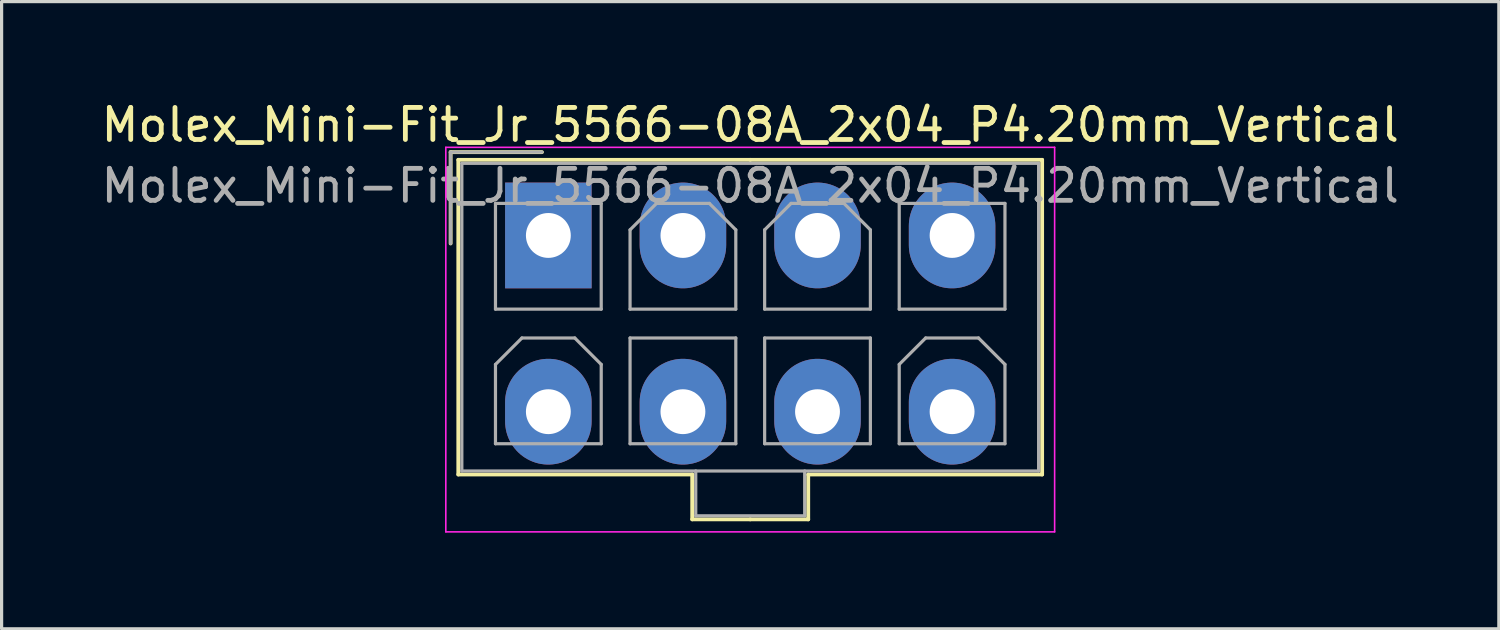
<source format=kicad_pcb>
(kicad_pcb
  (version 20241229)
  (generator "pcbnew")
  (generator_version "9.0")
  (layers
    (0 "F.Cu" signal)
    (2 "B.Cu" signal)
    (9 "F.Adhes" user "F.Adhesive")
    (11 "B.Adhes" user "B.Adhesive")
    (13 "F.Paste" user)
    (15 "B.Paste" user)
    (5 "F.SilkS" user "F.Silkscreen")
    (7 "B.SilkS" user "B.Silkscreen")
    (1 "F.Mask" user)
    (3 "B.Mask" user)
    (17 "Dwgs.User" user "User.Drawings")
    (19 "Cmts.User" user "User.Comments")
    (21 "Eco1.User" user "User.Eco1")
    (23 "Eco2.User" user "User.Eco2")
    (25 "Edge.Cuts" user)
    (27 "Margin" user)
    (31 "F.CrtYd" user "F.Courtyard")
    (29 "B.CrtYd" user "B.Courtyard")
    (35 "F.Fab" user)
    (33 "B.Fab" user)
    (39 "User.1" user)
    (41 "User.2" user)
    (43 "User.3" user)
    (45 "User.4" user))
  (footprint "Molex_Mini-Fit_Jr_5566-08A_2x04_P4.20mm_Vertical"
    (layer "F.Cu")
    (at 14.063 4.298)
    (property "Reference" "Molex_Mini-Fit_Jr_5566-08A_2x04_P4.20mm_Vertical" (at 6.3 -3.45 0) (layer "F.SilkS") (effects (font (size 1 1) (thickness 0.15))))
    (attr through_hole)
    (fp_line (start -3.05 -2.6) (end -3.05 0.25) (stroke (width 0.12) (type solid)) (layer "F.SilkS"))
    (fp_line (start -2.81 -2.36) (end -2.81 7.46) (stroke (width 0.12) (type solid)) (layer "F.SilkS"))
    (fp_line (start -2.81 7.46) (end 4.49 7.46) (stroke (width 0.12) (type solid)) (layer "F.SilkS"))
    (fp_line (start -0.2 -2.6) (end -3.05 -2.6) (stroke (width 0.12) (type solid)) (layer "F.SilkS"))
    (fp_line (start 4.49 7.46) (end 4.49 8.86) (stroke (width 0.12) (type solid)) (layer "F.SilkS"))
    (fp_line (start 4.49 8.86) (end 6.3 8.86) (stroke (width 0.12) (type solid)) (layer "F.SilkS"))
    (fp_line (start 6.3 -2.36) (end -2.81 -2.36) (stroke (width 0.12) (type solid)) (layer "F.SilkS"))
    (fp_line (start 6.3 -2.36) (end 15.41 -2.36) (stroke (width 0.12) (type solid)) (layer "F.SilkS"))
    (fp_line (start 8.11 7.46) (end 8.11 8.86) (stroke (width 0.12) (type solid)) (layer "F.SilkS"))
    (fp_line (start 8.11 8.86) (end 6.3 8.86) (stroke (width 0.12) (type solid)) (layer "F.SilkS"))
    (fp_line (start 15.41 -2.36) (end 15.41 7.46) (stroke (width 0.12) (type solid)) (layer "F.SilkS"))
    (fp_line (start 15.41 7.46) (end 8.11 7.46) (stroke (width 0.12) (type solid)) (layer "F.SilkS"))
    (fp_line (start -3.2 -2.75) (end -3.2 9.25) (stroke (width 0.05) (type solid)) (layer "F.CrtYd"))
    (fp_line (start -3.2 9.25) (end 15.8 9.25) (stroke (width 0.05) (type solid)) (layer "F.CrtYd"))
    (fp_line (start 15.8 -2.75) (end -3.2 -2.75) (stroke (width 0.05) (type solid)) (layer "F.CrtYd"))
    (fp_line (start 15.8 9.25) (end 15.8 -2.75) (stroke (width 0.05) (type solid)) (layer "F.CrtYd"))
    (fp_line (start -3.05 -2.6) (end -3.05 0.25) (stroke (width 0.1) (type solid)) (layer "F.Fab"))
    (fp_line (start -2.7 -2.25) (end -2.7 7.35) (stroke (width 0.1) (type solid)) (layer "F.Fab"))
    (fp_line (start -2.7 7.35) (end 15.3 7.35) (stroke (width 0.1) (type solid)) (layer "F.Fab"))
    (fp_line (start -1.65 -1) (end -1.65 2.3) (stroke (width 0.1) (type solid)) (layer "F.Fab"))
    (fp_line (start -1.65 2.3) (end 1.65 2.3) (stroke (width 0.1) (type solid)) (layer "F.Fab"))
    (fp_line (start -1.65 4.025) (end -0.825 3.2) (stroke (width 0.1) (type solid)) (layer "F.Fab"))
    (fp_line (start -1.65 6.5) (end -1.65 4.025) (stroke (width 0.1) (type solid)) (layer "F.Fab"))
    (fp_line (start -0.825 3.2) (end 0.825 3.2) (stroke (width 0.1) (type solid)) (layer "F.Fab"))
    (fp_line (start -0.2 -2.6) (end -3.05 -2.6) (stroke (width 0.1) (type solid)) (layer "F.Fab"))
    (fp_line (start 0.825 3.2) (end 1.65 4.025) (stroke (width 0.1) (type solid)) (layer "F.Fab"))
    (fp_line (start 1.65 -1) (end -1.65 -1) (stroke (width 0.1) (type solid)) (layer "F.Fab"))
    (fp_line (start 1.65 2.3) (end 1.65 -1) (stroke (width 0.1) (type solid)) (layer "F.Fab"))
    (fp_line (start 1.65 4.025) (end 1.65 6.5) (stroke (width 0.1) (type solid)) (layer "F.Fab"))
    (fp_line (start 1.65 6.5) (end -1.65 6.5) (stroke (width 0.1) (type solid)) (layer "F.Fab"))
    (fp_line (start 2.55 -0.175) (end 3.375 -1) (stroke (width 0.1) (type solid)) (layer "F.Fab"))
    (fp_line (start 2.55 2.3) (end 2.55 -0.175) (stroke (width 0.1) (type solid)) (layer "F.Fab"))
    (fp_line (start 2.55 3.2) (end 2.55 6.5) (stroke (width 0.1) (type solid)) (layer "F.Fab"))
    (fp_line (start 2.55 6.5) (end 5.85 6.5) (stroke (width 0.1) (type solid)) (layer "F.Fab"))
    (fp_line (start 3.375 -1) (end 5.025 -1) (stroke (width 0.1) (type solid)) (layer "F.Fab"))
    (fp_line (start 4.6 7.35) (end 4.6 8.75) (stroke (width 0.1) (type solid)) (layer "F.Fab"))
    (fp_line (start 4.6 8.75) (end 8 8.75) (stroke (width 0.1) (type solid)) (layer "F.Fab"))
    (fp_line (start 5.025 -1) (end 5.85 -0.175) (stroke (width 0.1) (type solid)) (layer "F.Fab"))
    (fp_line (start 5.85 -0.175) (end 5.85 2.3) (stroke (width 0.1) (type solid)) (layer "F.Fab"))
    (fp_line (start 5.85 2.3) (end 2.55 2.3) (stroke (width 0.1) (type solid)) (layer "F.Fab"))
    (fp_line (start 5.85 3.2) (end 2.55 3.2) (stroke (width 0.1) (type solid)) (layer "F.Fab"))
    (fp_line (start 5.85 6.5) (end 5.85 3.2) (stroke (width 0.1) (type solid)) (layer "F.Fab"))
    (fp_line (start 6.75 -0.175) (end 7.575 -1) (stroke (width 0.1) (type solid)) (layer "F.Fab"))
    (fp_line (start 6.75 2.3) (end 6.75 -0.175) (stroke (width 0.1) (type solid)) (layer "F.Fab"))
    (fp_line (start 6.75 3.2) (end 6.75 6.5) (stroke (width 0.1) (type solid)) (layer "F.Fab"))
    (fp_line (start 6.75 6.5) (end 10.05 6.5) (stroke (width 0.1) (type solid)) (layer "F.Fab"))
    (fp_line (start 7.575 -1) (end 9.225 -1) (stroke (width 0.1) (type solid)) (layer "F.Fab"))
    (fp_line (start 8 8.75) (end 8 7.35) (stroke (width 0.1) (type solid)) (layer "F.Fab"))
    (fp_line (start 9.225 -1) (end 10.05 -0.175) (stroke (width 0.1) (type solid)) (layer "F.Fab"))
    (fp_line (start 10.05 -0.175) (end 10.05 2.3) (stroke (width 0.1) (type solid)) (layer "F.Fab"))
    (fp_line (start 10.05 2.3) (end 6.75 2.3) (stroke (width 0.1) (type solid)) (layer "F.Fab"))
    (fp_line (start 10.05 3.2) (end 6.75 3.2) (stroke (width 0.1) (type solid)) (layer "F.Fab"))
    (fp_line (start 10.05 6.5) (end 10.05 3.2) (stroke (width 0.1) (type solid)) (layer "F.Fab"))
    (fp_line (start 10.95 -1) (end 10.95 2.3) (stroke (width 0.1) (type solid)) (layer "F.Fab"))
    (fp_line (start 10.95 2.3) (end 14.25 2.3) (stroke (width 0.1) (type solid)) (layer "F.Fab"))
    (fp_line (start 10.95 4.025) (end 11.775 3.2) (stroke (width 0.1) (type solid)) (layer "F.Fab"))
    (fp_line (start 10.95 6.5) (end 10.95 4.025) (stroke (width 0.1) (type solid)) (layer "F.Fab"))
    (fp_line (start 11.775 3.2) (end 13.425 3.2) (stroke (width 0.1) (type solid)) (layer "F.Fab"))
    (fp_line (start 13.425 3.2) (end 14.25 4.025) (stroke (width 0.1) (type solid)) (layer "F.Fab"))
    (fp_line (start 14.25 -1) (end 10.95 -1) (stroke (width 0.1) (type solid)) (layer "F.Fab"))
    (fp_line (start 14.25 2.3) (end 14.25 -1) (stroke (width 0.1) (type solid)) (layer "F.Fab"))
    (fp_line (start 14.25 4.025) (end 14.25 6.5) (stroke (width 0.1) (type solid)) (layer "F.Fab"))
    (fp_line (start 14.25 6.5) (end 10.95 6.5) (stroke (width 0.1) (type solid)) (layer "F.Fab"))
    (fp_line (start 15.3 -2.25) (end -2.7 -2.25) (stroke (width 0.1) (type solid)) (layer "F.Fab"))
    (fp_line (start 15.3 7.35) (end 15.3 -2.25) (stroke (width 0.1) (type solid)) (layer "F.Fab"))
    (fp_text user "${REFERENCE}" (at 6.3 -1.55 0) (layer "F.Fab") (effects (font (size 1 1) (thickness 0.15))))
    (pad "1" thru_hole rect (at 0 0) (size 2.7 3.3) (drill 1.4) (layers "*.Cu" "*.Mask"))
    (pad "2" thru_hole oval (at 4.2 0) (size 2.7 3.3) (drill 1.4) (layers "*.Cu" "*.Mask"))
    (pad "3" thru_hole oval (at 8.4 0) (size 2.7 3.3) (drill 1.4) (layers "*.Cu" "*.Mask"))
    (pad "4" thru_hole oval (at 12.6 0) (size 2.7 3.3) (drill 1.4) (layers "*.Cu" "*.Mask"))
    (pad "5" thru_hole oval (at 0 5.5) (size 2.7 3.3) (drill 1.4) (layers "*.Cu" "*.Mask"))
    (pad "6" thru_hole oval (at 4.2 5.5) (size 2.7 3.3) (drill 1.4) (layers "*.Cu" "*.Mask"))
    (pad "7" thru_hole oval (at 8.4 5.5) (size 2.7 3.3) (drill 1.4) (layers "*.Cu" "*.Mask"))
    (pad "8" thru_hole oval (at 12.6 5.5) (size 2.7 3.3) (drill 1.4) (layers "*.Cu" "*.Mask")))
  (gr_rect
    (start -3 -3)
    (end 43.726 16.573)
    (stroke (width 0.1) (type default))
    (fill no)
    (layer "Edge.Cuts")))
</source>
